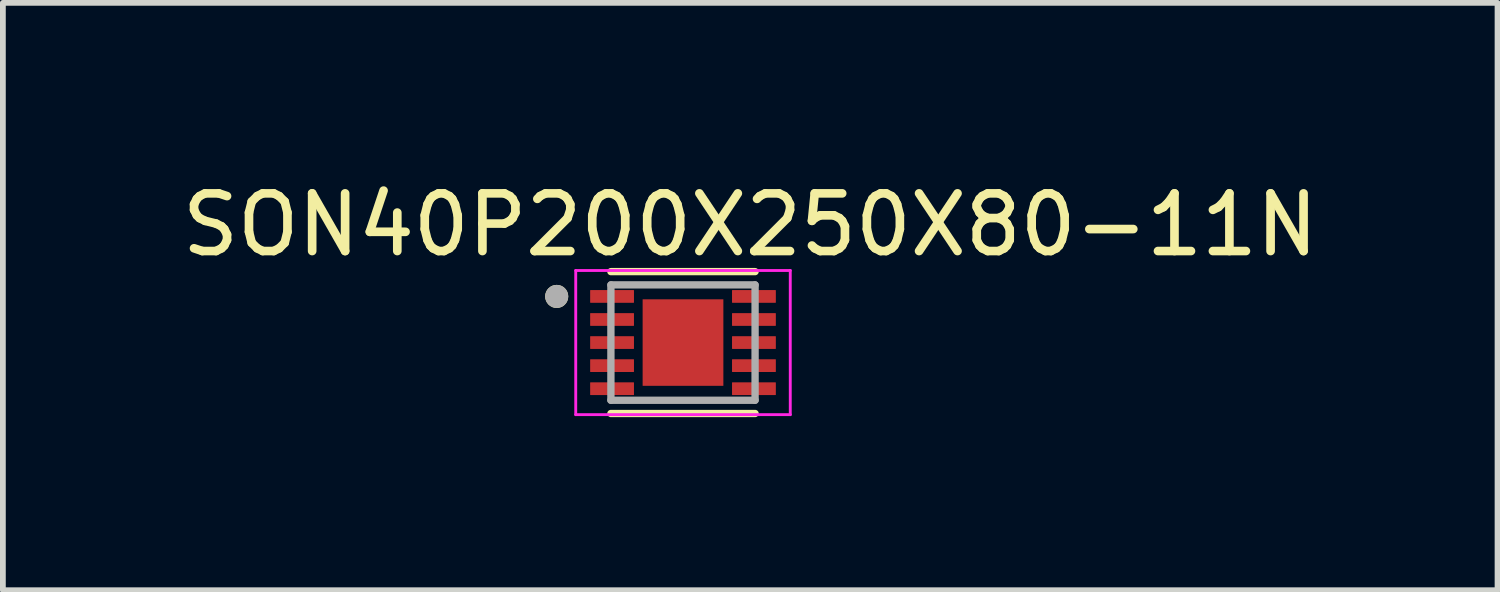
<source format=kicad_pcb>
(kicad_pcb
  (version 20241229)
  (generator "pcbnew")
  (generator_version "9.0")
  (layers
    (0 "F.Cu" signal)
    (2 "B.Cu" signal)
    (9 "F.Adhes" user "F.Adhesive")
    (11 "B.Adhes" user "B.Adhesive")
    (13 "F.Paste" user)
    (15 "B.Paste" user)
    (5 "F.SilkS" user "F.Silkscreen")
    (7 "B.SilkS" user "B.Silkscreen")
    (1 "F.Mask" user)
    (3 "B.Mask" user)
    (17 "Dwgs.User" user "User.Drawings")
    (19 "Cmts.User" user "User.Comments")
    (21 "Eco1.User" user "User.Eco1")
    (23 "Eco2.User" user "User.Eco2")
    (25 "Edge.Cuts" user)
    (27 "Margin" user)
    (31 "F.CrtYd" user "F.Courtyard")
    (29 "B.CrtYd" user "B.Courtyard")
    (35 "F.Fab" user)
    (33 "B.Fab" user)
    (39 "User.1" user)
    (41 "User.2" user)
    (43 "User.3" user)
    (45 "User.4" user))
  (footprint "SON40P200X250X80-11N"
    (layer "F.Cu")
    (at 8.793 2.89)
    (property "Reference" "SON40P200X250X80-11N" (at 1.165 -2.042 0) (layer "F.SilkS") (effects (font (size 1 1) (thickness 0.15))))
    (attr through_hole)
    (fp_line (start -1.25 -1.23) (end 1.25 -1.23) (stroke (width 0.127) (type solid)) (layer "F.SilkS"))
    (fp_line (start -1.25 1.23) (end 1.25 1.23) (stroke (width 0.127) (type solid)) (layer "F.SilkS"))
    (fp_circle (center -2.19 -0.8) (end -2.09 -0.8) (stroke (width 0.2) (type solid)) (fill no) (layer "F.SilkS"))
    (fp_poly (pts (xy -0.44 -0.47) (xy 0.44 -0.47) (xy 0.44 0.47) (xy -0.44 0.47)) (stroke (width 0.01) (type solid)) (fill yes) (layer "F.Paste"))
    (fp_line (start -1.86 -1.25) (end -1.86 1.25) (stroke (width 0.05) (type solid)) (layer "F.CrtYd"))
    (fp_line (start -1.86 -1.25) (end 1.86 -1.25) (stroke (width 0.05) (type solid)) (layer "F.CrtYd"))
    (fp_line (start -1.86 1.25) (end 1.86 1.25) (stroke (width 0.05) (type solid)) (layer "F.CrtYd"))
    (fp_line (start 1.86 -1.25) (end 1.86 1.25) (stroke (width 0.05) (type solid)) (layer "F.CrtYd"))
    (fp_line (start -1.25 -1) (end -1.25 1) (stroke (width 0.127) (type solid)) (layer "F.Fab"))
    (fp_line (start -1.25 -1) (end 1.25 -1) (stroke (width 0.127) (type solid)) (layer "F.Fab"))
    (fp_line (start -1.25 1) (end 1.25 1) (stroke (width 0.127) (type solid)) (layer "F.Fab"))
    (fp_line (start 1.25 -1) (end 1.25 1) (stroke (width 0.127) (type solid)) (layer "F.Fab"))
    (fp_circle (center -2.19 -0.8) (end -2.09 -0.8) (stroke (width 0.2) (type solid)) (fill no) (layer "F.Fab"))
    (pad "1" smd roundrect (at -1.23 -0.8) (size 0.76 0.22) (layers "F.Cu" "F.Mask" "F.Paste") (roundrect_rratio 0.03))
    (pad "2" smd roundrect (at -1.23 -0.4) (size 0.76 0.22) (layers "F.Cu" "F.Mask" "F.Paste") (roundrect_rratio 0.03))
    (pad "3" smd roundrect (at -1.23 0) (size 0.76 0.22) (layers "F.Cu" "F.Mask" "F.Paste") (roundrect_rratio 0.03))
    (pad "4" smd roundrect (at -1.23 0.4) (size 0.76 0.22) (layers "F.Cu" "F.Mask" "F.Paste") (roundrect_rratio 0.03))
    (pad "5" smd roundrect (at -1.23 0.8) (size 0.76 0.22) (layers "F.Cu" "F.Mask" "F.Paste") (roundrect_rratio 0.03))
    (pad "6" smd roundrect (at 1.23 0.8) (size 0.76 0.22) (layers "F.Cu" "F.Mask" "F.Paste") (roundrect_rratio 0.03))
    (pad "7" smd roundrect (at 1.23 0.4) (size 0.76 0.22) (layers "F.Cu" "F.Mask" "F.Paste") (roundrect_rratio 0.03))
    (pad "8" smd roundrect (at 1.23 0) (size 0.76 0.22) (layers "F.Cu" "F.Mask" "F.Paste") (roundrect_rratio 0.03))
    (pad "9" smd roundrect (at 1.23 -0.4) (size 0.76 0.22) (layers "F.Cu" "F.Mask" "F.Paste") (roundrect_rratio 0.03))
    (pad "10" smd roundrect (at 1.23 -0.8) (size 0.76 0.22) (layers "F.Cu" "F.Mask" "F.Paste") (roundrect_rratio 0.03))
    (pad "11" smd rect (at 0 0) (size 1.4 1.5) (layers "F.Cu" "F.Mask")))
  (gr_rect
    (start -3 -3)
    (end 22.917 7.184)
    (stroke (width 0.1) (type default))
    (fill no)
    (layer "Edge.Cuts")))
</source>
